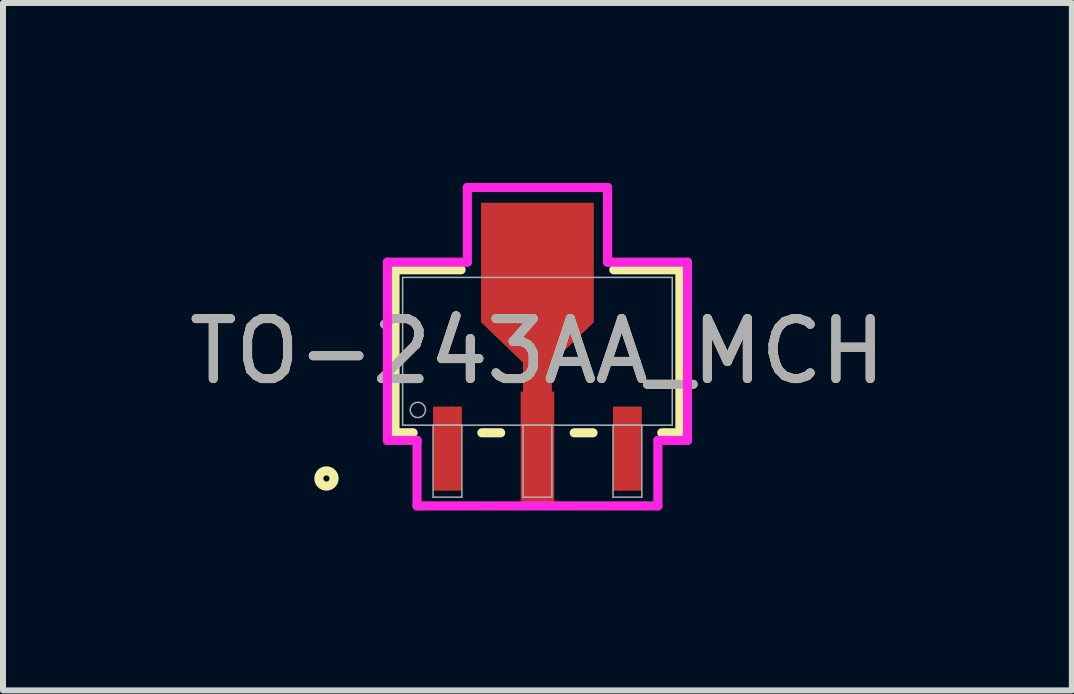
<source format=kicad_pcb>
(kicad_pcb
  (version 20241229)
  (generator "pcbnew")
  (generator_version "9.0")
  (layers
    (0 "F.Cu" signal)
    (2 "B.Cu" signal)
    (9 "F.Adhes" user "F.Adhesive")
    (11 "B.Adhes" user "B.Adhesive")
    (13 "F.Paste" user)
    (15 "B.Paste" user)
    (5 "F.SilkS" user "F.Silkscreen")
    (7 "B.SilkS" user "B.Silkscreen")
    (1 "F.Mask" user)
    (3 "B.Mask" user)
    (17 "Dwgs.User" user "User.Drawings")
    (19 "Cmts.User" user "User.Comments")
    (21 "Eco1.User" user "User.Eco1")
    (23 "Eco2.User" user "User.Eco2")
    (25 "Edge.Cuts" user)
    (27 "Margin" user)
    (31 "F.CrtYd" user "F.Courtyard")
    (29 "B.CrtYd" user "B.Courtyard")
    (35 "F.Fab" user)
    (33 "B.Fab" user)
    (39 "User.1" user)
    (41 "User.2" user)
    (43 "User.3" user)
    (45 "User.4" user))
  (footprint "TO-243AA_MCH"
    (layer "F.Cu")
    (at 5.911 2.807)
    (property "Reference" "TO-243AA_MCH" (at 0 0 0) (unlocked yes) (layer "F.SilkS") (effects (font (size 1 1) (thickness 0.15))))
    (attr smd)
    (fp_poly (pts (xy -0.24 1.232) (xy -0.24 0.191) (xy -0.94 -0.484) (xy -0.94 -2.477) (xy -0.483 -2.477) (xy 0.483 -2.477) (xy 0.94 -2.477) (xy 0.94 -0.484) (xy 0.24 0.191) (xy 0.24 1.232)) (stroke (width 0) (type solid)) (fill yes) (layer "F.Cu"))
    (fp_poly (pts (xy -0.24 1.232) (xy -0.24 0.191) (xy -0.94 -0.484) (xy -0.94 -2.477) (xy 0.94 -2.477) (xy 0.94 -0.484) (xy 0.24 0.191) (xy 0.24 1.232)) (stroke (width 0) (type solid)) (fill yes) (layer "F.Mask"))
    (fp_line (start -2.375 -1.359) (end -2.375 1.359) (stroke (width 0.152) (type solid)) (layer "F.SilkS"))
    (fp_line (start -2.375 1.359) (end -2.073 1.359) (stroke (width 0.152) (type solid)) (layer "F.SilkS"))
    (fp_line (start -1.273 -1.359) (end -2.375 -1.359) (stroke (width 0.152) (type solid)) (layer "F.SilkS"))
    (fp_line (start -0.927 1.359) (end -0.613 1.359) (stroke (width 0.152) (type solid)) (layer "F.SilkS"))
    (fp_line (start 0.613 1.359) (end 0.927 1.359) (stroke (width 0.152) (type solid)) (layer "F.SilkS"))
    (fp_line (start 2.073 1.359) (end 2.375 1.359) (stroke (width 0.152) (type solid)) (layer "F.SilkS"))
    (fp_line (start 2.375 -1.359) (end 1.273 -1.359) (stroke (width 0.152) (type solid)) (layer "F.SilkS"))
    (fp_line (start 2.375 1.359) (end 2.375 -1.359) (stroke (width 0.152) (type solid)) (layer "F.SilkS"))
    (fp_circle (center -3.518 2.121) (end -3.391 2.121) (stroke (width 0.152) (type solid)) (fill no) (layer "F.SilkS"))
    (fp_poly (pts (xy -0.24 1.232) (xy -0.24 0.191) (xy -0.94 -0.484) (xy -0.94 -2.477) (xy 0.94 -2.477) (xy 0.94 -0.484) (xy 0.24 0.191) (xy 0.24 1.232)) (stroke (width 0) (type solid)) (fill yes) (layer "F.Paste"))
    (fp_line (start -2.502 -1.486) (end -1.169 -1.486) (stroke (width 0.152) (type solid)) (layer "F.CrtYd"))
    (fp_line (start -2.502 1.486) (end -2.502 -1.486) (stroke (width 0.152) (type solid)) (layer "F.CrtYd"))
    (fp_line (start -2.008 1.486) (end -2.502 1.486) (stroke (width 0.152) (type solid)) (layer "F.CrtYd"))
    (fp_line (start -2.008 2.578) (end -2.008 1.486) (stroke (width 0.152) (type solid)) (layer "F.CrtYd"))
    (fp_line (start -1.169 -2.731) (end 1.169 -2.731) (stroke (width 0.152) (type solid)) (layer "F.CrtYd"))
    (fp_line (start -1.169 -1.486) (end -1.169 -2.731) (stroke (width 0.152) (type solid)) (layer "F.CrtYd"))
    (fp_line (start 1.169 -2.731) (end 1.169 -1.486) (stroke (width 0.152) (type solid)) (layer "F.CrtYd"))
    (fp_line (start 1.169 -1.486) (end 2.502 -1.486) (stroke (width 0.152) (type solid)) (layer "F.CrtYd"))
    (fp_line (start 2.008 1.486) (end 2.008 2.578) (stroke (width 0.152) (type solid)) (layer "F.CrtYd"))
    (fp_line (start 2.008 2.578) (end -2.008 2.578) (stroke (width 0.152) (type solid)) (layer "F.CrtYd"))
    (fp_line (start 2.502 -1.486) (end 2.502 1.486) (stroke (width 0.152) (type solid)) (layer "F.CrtYd"))
    (fp_line (start 2.502 1.486) (end 2.008 1.486) (stroke (width 0.152) (type solid)) (layer "F.CrtYd"))
    (fp_line (start -2.248 -1.232) (end -2.248 1.232) (stroke (width 0.025) (type solid)) (layer "F.Fab"))
    (fp_line (start -2.248 1.232) (end 2.248 1.232) (stroke (width 0.025) (type solid)) (layer "F.Fab"))
    (fp_line (start -1.74 1.232) (end -1.74 2.432) (stroke (width 0.025) (type solid)) (layer "F.Fab"))
    (fp_line (start -1.74 2.432) (end -1.26 2.432) (stroke (width 0.025) (type solid)) (layer "F.Fab"))
    (fp_line (start -1.26 1.232) (end -1.74 1.232) (stroke (width 0.025) (type solid)) (layer "F.Fab"))
    (fp_line (start -1.26 2.432) (end -1.26 1.232) (stroke (width 0.025) (type solid)) (layer "F.Fab"))
    (fp_line (start -0.24 1.232) (end -0.24 2.432) (stroke (width 0.025) (type solid)) (layer "F.Fab"))
    (fp_line (start -0.24 2.432) (end 0.24 2.432) (stroke (width 0.025) (type solid)) (layer "F.Fab"))
    (fp_line (start 0.24 1.232) (end -0.24 1.232) (stroke (width 0.025) (type solid)) (layer "F.Fab"))
    (fp_line (start 0.24 2.432) (end 0.24 1.232) (stroke (width 0.025) (type solid)) (layer "F.Fab"))
    (fp_line (start 1.26 1.232) (end 1.26 2.432) (stroke (width 0.025) (type solid)) (layer "F.Fab"))
    (fp_line (start 1.26 2.432) (end 1.74 2.432) (stroke (width 0.025) (type solid)) (layer "F.Fab"))
    (fp_line (start 1.74 1.232) (end 1.26 1.232) (stroke (width 0.025) (type solid)) (layer "F.Fab"))
    (fp_line (start 1.74 2.432) (end 1.74 1.232) (stroke (width 0.025) (type solid)) (layer "F.Fab"))
    (fp_line (start 2.248 -1.232) (end -2.248 -1.232) (stroke (width 0.025) (type solid)) (layer "F.Fab"))
    (fp_line (start 2.248 1.232) (end 2.248 -1.232) (stroke (width 0.025) (type solid)) (layer "F.Fab"))
    (fp_circle (center -1.994 0.978) (end -1.867 0.978) (stroke (width 0.025) (type solid)) (fill no) (layer "F.Fab"))
    (fp_text user "${REFERENCE}" (at 0 0 0) (unlocked yes) (layer "F.Fab") (effects (font (size 1 1) (thickness 0.15))))
    (pad "1" smd rect (at -1.5 1.623) (size 0.48 1.403) (layers "F.Cu" "F.Mask" "F.Paste"))
    (pad "2" smd rect (at 0 1.623) (size 0.56 1.9) (layers "F.Cu" "F.Mask" "F.Paste"))
    (pad "3" smd rect (at 1.5 1.623) (size 0.48 1.403) (layers "F.Cu" "F.Mask" "F.Paste")))
  (gr_rect
    (start -3 -3)
    (end 14.821 8.461)
    (stroke (width 0.1) (type default))
    (fill no)
    (layer "Edge.Cuts")))
</source>
